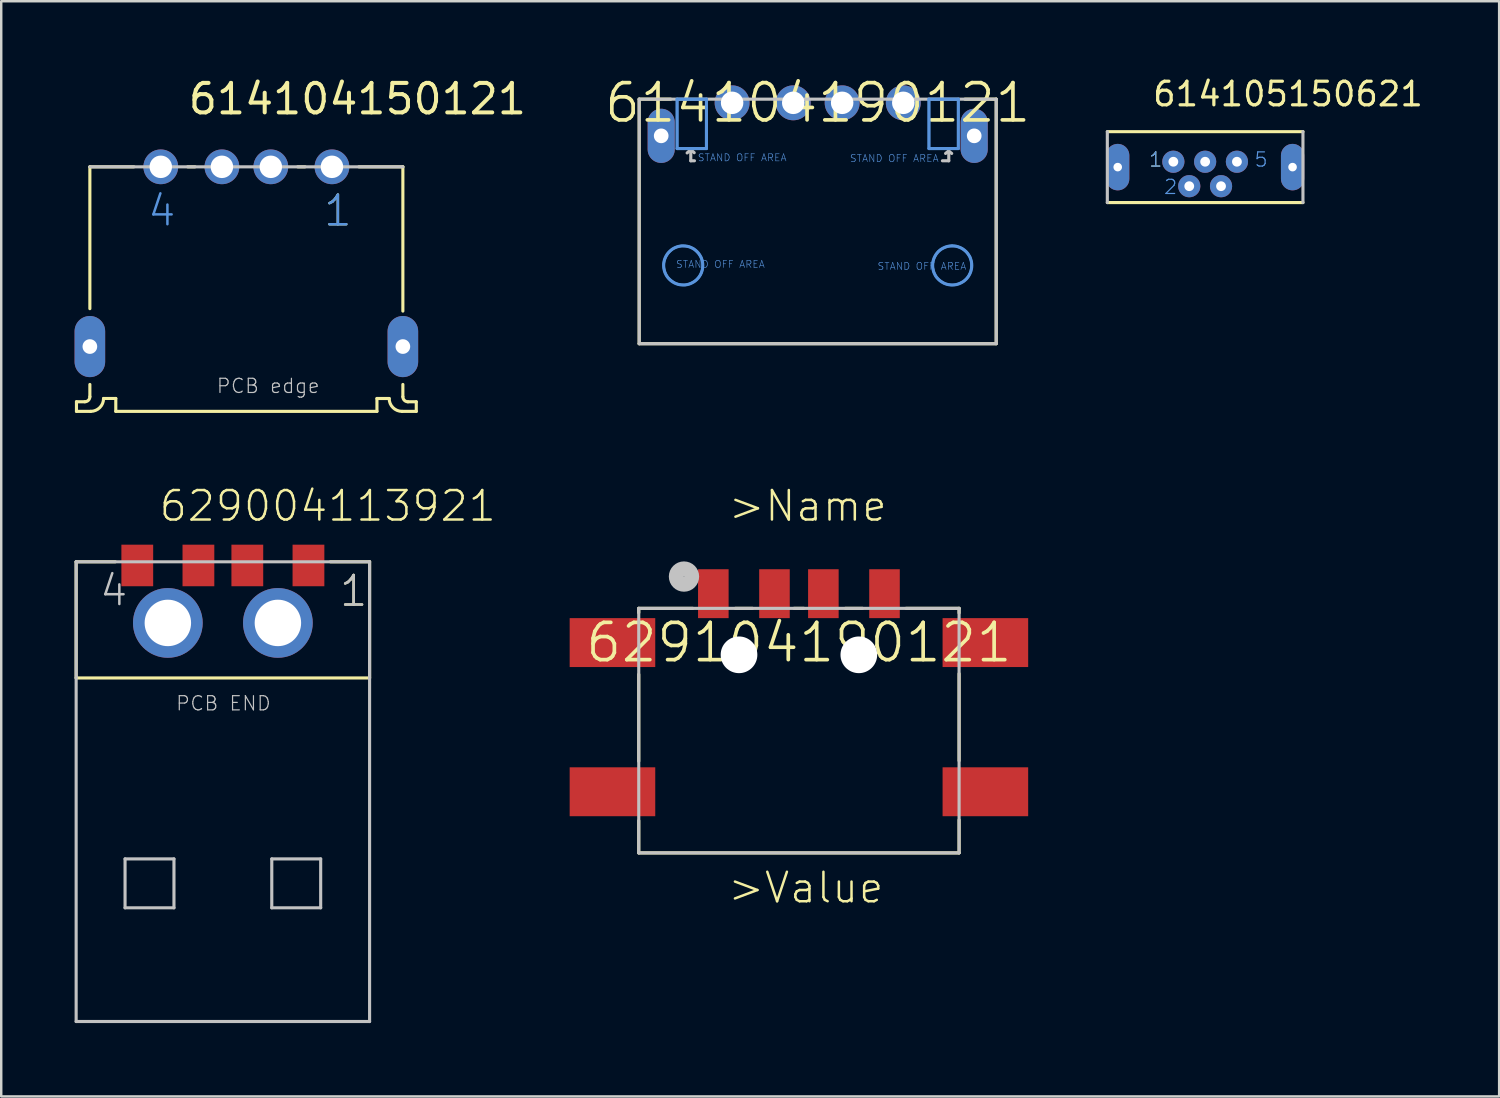
<source format=kicad_pcb>
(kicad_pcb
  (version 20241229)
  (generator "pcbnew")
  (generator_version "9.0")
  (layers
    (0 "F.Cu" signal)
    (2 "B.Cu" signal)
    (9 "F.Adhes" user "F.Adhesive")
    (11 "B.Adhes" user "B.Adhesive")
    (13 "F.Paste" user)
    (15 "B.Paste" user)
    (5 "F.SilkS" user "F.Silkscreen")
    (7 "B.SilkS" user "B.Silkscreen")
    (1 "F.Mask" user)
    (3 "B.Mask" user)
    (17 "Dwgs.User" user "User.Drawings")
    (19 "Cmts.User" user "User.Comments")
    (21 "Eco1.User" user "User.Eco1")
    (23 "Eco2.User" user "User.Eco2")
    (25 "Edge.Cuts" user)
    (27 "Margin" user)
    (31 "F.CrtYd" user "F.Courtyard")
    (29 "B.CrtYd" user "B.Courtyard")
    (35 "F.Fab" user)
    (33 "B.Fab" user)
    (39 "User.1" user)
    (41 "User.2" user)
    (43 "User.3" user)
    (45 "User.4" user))
  (footprint "629104190121"
    (layer "F.Cu")
    (at 29.621 23.228)
    (property "Reference" "629104190121" (at 0 0 0) (layer "F.SilkS") (effects (font (size 1.524 1.524) (thickness 0.15))))
    (attr through_hole)
    (fp_line (start -6.55 -1.4) (end -6.55 -1.22) (stroke (width 0.127) (type solid)) (layer "F.SilkS"))
    (fp_line (start -6.55 -1.4) (end -4.34 -1.4) (stroke (width 0.127) (type solid)) (layer "F.SilkS"))
    (fp_line (start -6.55 1.3) (end -6.55 4.85) (stroke (width 0.127) (type solid)) (layer "F.SilkS"))
    (fp_line (start -6.55 7.28) (end -6.55 8.6) (stroke (width 0.127) (type solid)) (layer "F.SilkS"))
    (fp_line (start -6.55 8.6) (end 6.55 8.6) (stroke (width 0.127) (type solid)) (layer "F.SilkS"))
    (fp_line (start -2.6 -1.4) (end -1.9 -1.4) (stroke (width 0.127) (type solid)) (layer "F.SilkS"))
    (fp_line (start -0.2 -1.4) (end 0.2 -1.4) (stroke (width 0.127) (type solid)) (layer "F.SilkS"))
    (fp_line (start 1.9 -1.4) (end 2.6 -1.4) (stroke (width 0.127) (type solid)) (layer "F.SilkS"))
    (fp_line (start 4.38 -1.4) (end 6.55 -1.4) (stroke (width 0.127) (type solid)) (layer "F.SilkS"))
    (fp_line (start 6.55 -1.4) (end 6.55 -1.21) (stroke (width 0.127) (type solid)) (layer "F.SilkS"))
    (fp_line (start 6.55 1.27) (end 6.55 4.83) (stroke (width 0.127) (type solid)) (layer "F.SilkS"))
    (fp_line (start 6.55 8.6) (end 6.55 7.25) (stroke (width 0.127) (type solid)) (layer "F.SilkS"))
    (fp_line (start -6.55 -1.4) (end 6.55 -1.4) (stroke (width 0.127) (type solid)) (layer "Dwgs.User"))
    (fp_line (start -6.55 8.6) (end -6.55 -1.4) (stroke (width 0.127) (type solid)) (layer "Dwgs.User"))
    (fp_line (start 6.55 -1.4) (end 6.55 8.6) (stroke (width 0.127) (type solid)) (layer "Dwgs.User"))
    (fp_line (start 6.55 8.6) (end -6.55 8.6) (stroke (width 0.127) (type solid)) (layer "Dwgs.User"))
    (fp_circle (center -4.7 -2.7) (end -4.69 -2.7) (stroke (width 0.61) (type solid)) (fill no) (layer "Dwgs.User"))
    (fp_text user ">Name" (at -2.95 -4.88 0) (layer "F.SilkS") (effects (font (size 1.206 1.206) (thickness 0.102)) (justify left bottom)))
    (fp_text user ">Value" (at -2.97 10.73 0) (layer "F.SilkS") (effects (font (size 1.206 1.206) (thickness 0.102)) (justify left bottom)))
    (pad "" np_thru_hole circle (at -2.45 0.5) (size 1.5 1.5) (drill 1.5) (layers "*.Cu"))
    (pad "" np_thru_hole circle (at 2.45 0.5) (size 1.5 1.5) (drill 1.5) (layers "*.Cu"))
    (pad "1" smd rect (at -3.5 -2 90) (size 2 1.25) (layers "F.Cu" "F.Mask" "F.Paste"))
    (pad "2" smd rect (at -1 -2 90) (size 2 1.25) (layers "F.Cu" "F.Mask" "F.Paste"))
    (pad "3" smd rect (at 1 -2 90) (size 2 1.25) (layers "F.Cu" "F.Mask" "F.Paste"))
    (pad "4" smd rect (at 3.5 -2 90) (size 2 1.25) (layers "F.Cu" "F.Mask" "F.Paste"))
    (pad "SHEL" smd rect (at -7.625 0) (size 3.5 2) (layers "F.Cu" "F.Mask" "F.Paste"))
    (pad "SHEL" smd rect (at -7.625 6.1 180) (size 3.5 2) (layers "F.Cu" "F.Mask" "F.Paste"))
    (pad "SHEL" smd rect (at 7.625 0 180) (size 3.5 2) (layers "F.Cu" "F.Mask" "F.Paste"))
    (pad "SHEL" smd rect (at 7.625 6.1 180) (size 3.5 2) (layers "F.Cu" "F.Mask" "F.Paste")))
  (footprint "629004113921"
    (layer "F.Cu")
    (at 6.064 22.424)
    (property "Reference" "629004113921" (at -2.67 -4.076 0) (layer "F.SilkS") (effects (font (size 1.206 1.206) (thickness 0.102)) (justify left bottom)))
    (attr through_hole)
    (fp_line (start -6 -2.5) (end -6 2.25) (stroke (width 0.127) (type solid)) (layer "F.SilkS"))
    (fp_line (start -4.4 -2.5) (end -6 -2.5) (stroke (width 0.127) (type solid)) (layer "F.SilkS"))
    (fp_line (start 4.4 -2.5) (end 6 -2.5) (stroke (width 0.127) (type solid)) (layer "F.SilkS"))
    (fp_line (start 6 -2.5) (end 6 2.25) (stroke (width 0.127) (type solid)) (layer "F.SilkS"))
    (fp_line (start 6 2.25) (end -6 2.25) (stroke (width 0.127) (type solid)) (layer "F.SilkS"))
    (fp_line (start -6 -2.5) (end -6 16.3) (stroke (width 0.127) (type solid)) (layer "Dwgs.User"))
    (fp_line (start -6 16.3) (end 6 16.3) (stroke (width 0.127) (type solid)) (layer "Dwgs.User"))
    (fp_line (start -4 9.65) (end -4 11.65) (stroke (width 0.127) (type solid)) (layer "Dwgs.User"))
    (fp_line (start -4 11.65) (end -2 11.65) (stroke (width 0.127) (type solid)) (layer "Dwgs.User"))
    (fp_line (start -2 9.65) (end -4 9.65) (stroke (width 0.127) (type solid)) (layer "Dwgs.User"))
    (fp_line (start -2 11.65) (end -2 9.65) (stroke (width 0.127) (type solid)) (layer "Dwgs.User"))
    (fp_line (start 2 9.65) (end 2 11.65) (stroke (width 0.127) (type solid)) (layer "Dwgs.User"))
    (fp_line (start 2 11.65) (end 4 11.65) (stroke (width 0.127) (type solid)) (layer "Dwgs.User"))
    (fp_line (start 4 9.65) (end 2 9.65) (stroke (width 0.127) (type solid)) (layer "Dwgs.User"))
    (fp_line (start 4 11.65) (end 4 9.65) (stroke (width 0.127) (type solid)) (layer "Dwgs.User"))
    (fp_line (start 6 -2.5) (end -6 -2.5) (stroke (width 0.127) (type solid)) (layer "Dwgs.User"))
    (fp_line (start 6 16.3) (end 6 -2.5) (stroke (width 0.127) (type solid)) (layer "Dwgs.User"))
    (fp_text user "1" (at 4.705 -0.6 0) (layer "F.SilkS") (effects (font (size 1.206 1.206) (thickness 0.102)) (justify left bottom)))
    (fp_text user "4" (at -5.105 -0.62 0) (layer "Dwgs.User") (effects (font (size 1.206 1.206) (thickness 0.102)) (justify left bottom)))
    (fp_text user "PCB END" (at 2 2.95 0) (layer "Dwgs.User") (effects (font (size 0.579 0.579) (thickness 0.049)) (justify right top)))
    (fp_text user "1" (at 4.705 -0.6 0) (layer "Dwgs.User") (effects (font (size 1.206 1.206) (thickness 0.102)) (justify left bottom)))
    (pad "1" smd rect (at 3.5 -2.35 180) (size 1.3 1.7) (layers "F.Cu" "F.Mask" "F.Paste"))
    (pad "2" smd rect (at 1 -2.35 180) (size 1.3 1.7) (layers "F.Cu" "F.Mask" "F.Paste"))
    (pad "3" smd rect (at -1 -2.35 180) (size 1.3 1.7) (layers "F.Cu" "F.Mask" "F.Paste"))
    (pad "4" smd rect (at -3.5 -2.35 180) (size 1.3 1.7) (layers "F.Cu" "F.Mask" "F.Paste"))
    (pad "SHEL" thru_hole circle (at -2.25 0 180) (size 2.85 2.85) (drill 1.9) (layers "*.Cu" "*.Mask"))
    (pad "SHEL" thru_hole circle (at 2.25 0 180) (size 2.85 2.85) (drill 1.9) (layers "*.Cu" "*.Mask")))
  (footprint "614104190121"
    (layer "F.Cu")
    (at 30.389 1.155)
    (property "Reference" "614104190121" (at 0 0 0) (layer "F.SilkS") (effects (font (size 1.524 1.524) (thickness 0.15))))
    (attr through_hole)
    (fp_line (start -7.3 -0.15) (end -7.3 9.85) (stroke (width 0.127) (type solid)) (layer "F.SilkS"))
    (fp_line (start -7.3 9.85) (end 7.3 9.85) (stroke (width 0.127) (type solid)) (layer "F.SilkS"))
    (fp_line (start -6.01 -0.15) (end -7.3 -0.15) (stroke (width 0.127) (type solid)) (layer "F.SilkS"))
    (fp_line (start 7.3 -0.15) (end 6.02 -0.15) (stroke (width 0.127) (type solid)) (layer "F.SilkS"))
    (fp_line (start 7.3 -0.15) (end 7.3 9.85) (stroke (width 0.127) (type solid)) (layer "F.SilkS"))
    (fp_line (start -7.3 -0.15) (end -7.3 9.85) (stroke (width 0.127) (type solid)) (layer "Dwgs.User"))
    (fp_line (start -7.3 -0.15) (end 7.3 -0.15) (stroke (width 0.127) (type solid)) (layer "Dwgs.User"))
    (fp_line (start -7.3 9.85) (end 7.3 9.85) (stroke (width 0.127) (type solid)) (layer "Dwgs.User"))
    (fp_line (start -5.22 1.94) (end -5.34 2.05) (stroke (width 0.127) (type solid)) (layer "Dwgs.User"))
    (fp_line (start -5.19 1.94) (end -5.19 2.37) (stroke (width 0.127) (type solid)) (layer "Dwgs.User"))
    (fp_line (start -5.19 2.37) (end -5.04 2.37) (stroke (width 0.127) (type solid)) (layer "Dwgs.User"))
    (fp_line (start -5.17 1.93) (end -5.05 2.04) (stroke (width 0.127) (type solid)) (layer "Dwgs.User"))
    (fp_line (start -5.16 1.94) (end -5.19 1.94) (stroke (width 0.127) (type solid)) (layer "Dwgs.User"))
    (fp_line (start 5.34 1.98) (end 5.23 2.07) (stroke (width 0.127) (type solid)) (layer "Dwgs.User"))
    (fp_line (start 5.36 1.97) (end 5.48 2.07) (stroke (width 0.127) (type solid)) (layer "Dwgs.User"))
    (fp_line (start 5.36 2) (end 5.36 2.37) (stroke (width 0.127) (type solid)) (layer "Dwgs.User"))
    (fp_line (start 5.36 2.37) (end 5.1 2.37) (stroke (width 0.127) (type solid)) (layer "Dwgs.User"))
    (fp_line (start 7.3 9.85) (end 7.3 -0.15) (stroke (width 0.127) (type solid)) (layer "Dwgs.User"))
    (fp_line (start -5.75 -0.15) (end -4.55 -0.15) (stroke (width 0.127) (type solid)) (layer "Cmts.User"))
    (fp_line (start -5.75 1.87) (end -5.75 -0.15) (stroke (width 0.127) (type solid)) (layer "Cmts.User"))
    (fp_line (start -4.55 -0.15) (end -4.55 1.87) (stroke (width 0.127) (type solid)) (layer "Cmts.User"))
    (fp_line (start -4.55 1.87) (end -5.75 1.87) (stroke (width 0.127) (type solid)) (layer "Cmts.User"))
    (fp_line (start 4.55 -0.15) (end 5.75 -0.15) (stroke (width 0.127) (type solid)) (layer "Cmts.User"))
    (fp_line (start 4.55 1.87) (end 4.55 -0.15) (stroke (width 0.127) (type solid)) (layer "Cmts.User"))
    (fp_line (start 5.75 -0.15) (end 5.75 1.87) (stroke (width 0.127) (type solid)) (layer "Cmts.User"))
    (fp_line (start 5.75 1.87) (end 4.55 1.87) (stroke (width 0.127) (type solid)) (layer "Cmts.User"))
    (fp_circle (center -5.5 6.65) (end -4.7 6.65) (stroke (width 0.127) (type solid)) (fill no) (layer "Cmts.User"))
    (fp_circle (center 5.5 6.65) (end 6.3 6.65) (stroke (width 0.127) (type solid)) (fill no) (layer "Cmts.User"))
    (fp_poly (pts (xy -5.75 -0.15) (xy -4.55 -0.15) (xy -4.55 1.87) (xy -5.75 1.87)) (stroke (width 0.1) (type solid)) (fill no) (layer "Cmts.User"))
    (fp_poly (pts (xy 4.57 -0.15) (xy 5.75 -0.15) (xy 5.75 1.87) (xy 4.55 1.87) (xy 4.55 -0.15)) (stroke (width 0.1) (type solid)) (fill no) (layer "Cmts.User"))
    (fp_poly (pts (xy 5.48 5.85) (xy 5.67 5.86) (xy 5.9 5.95) (xy 6.09 6.1) (xy 6.23 6.3) (xy 6.29 6.52) (xy 6.29 6.71) (xy 6.26 6.9) (xy 6.18 7.07) (xy 6.09 7.19) (xy 5.97 7.3) (xy 5.79 7.39) (xy 5.65 7.44) (xy 5.48 7.45) (xy 5.31 7.43) (xy 5.17 7.38) (xy 5 7.27) (xy 4.84 7.12) (xy 4.75 6.93) (xy 4.7 6.71) (xy 4.71 6.51) (xy 4.76 6.35) (xy 4.84 6.2) (xy 4.93 6.08) (xy 5.04 5.99) (xy 5.23 5.9) (xy 5.37 5.86) (xy 5.51 5.85)) (stroke (width 0.1) (type solid)) (fill no) (layer "Cmts.User"))
    (fp_poly (pts (xy -5.55 5.85) (xy -5.39 5.86) (xy -5.24 5.89) (xy -5.07 5.97) (xy -4.98 6.05) (xy -4.87 6.16) (xy -4.76 6.33) (xy -4.72 6.46) (xy -4.7 6.57) (xy -4.7 6.68) (xy -4.72 6.83) (xy -4.76 6.96) (xy -4.8 7.04) (xy -4.86 7.13) (xy -4.95 7.23) (xy -5.05 7.31) (xy -5.15 7.36) (xy -5.26 7.41) (xy -5.42 7.45) (xy -5.58 7.44) (xy -5.71 7.42) (xy -5.86 7.36) (xy -6 7.26) (xy -6.11 7.16) (xy -6.17 7.08) (xy -6.25 6.92) (xy -6.29 6.76) (xy -6.3 6.59) (xy -6.27 6.43) (xy -6.2 6.28) (xy -6.12 6.15) (xy -6.03 6.06) (xy -5.94 5.98) (xy -5.83 5.92) (xy -5.69 5.87) (xy -5.56 5.85)) (stroke (width 0.1) (type solid)) (fill no) (layer "Cmts.User"))
    (fp_text user "STAND OFF AREA" (at 2.43 6.85 0) (layer "Cmts.User") (effects (font (size 0.29 0.29) (thickness 0.024)) (justify left bottom)))
    (fp_text user "STAND OFF AREA" (at 1.3 2.44 0) (layer "Cmts.User") (effects (font (size 0.29 0.29) (thickness 0.024)) (justify left bottom)))
    (fp_text user "STAND OFF AREA" (at -5.81 6.77 0) (layer "Cmts.User") (effects (font (size 0.29 0.29) (thickness 0.024)) (justify left bottom)))
    (fp_text user "STAND OFF AREA" (at -4.92 2.41 0) (layer "Cmts.User") (effects (font (size 0.29 0.29) (thickness 0.024)) (justify left bottom)))
    (pad "1" thru_hole circle (at -3.5 0) (size 1.428 1.428) (drill 0.92) (layers "*.Cu" "*.Mask"))
    (pad "2" thru_hole circle (at -1 0) (size 1.428 1.428) (drill 0.92) (layers "*.Cu" "*.Mask"))
    (pad "3" thru_hole circle (at 1 0) (size 1.428 1.428) (drill 0.92) (layers "*.Cu" "*.Mask"))
    (pad "4" thru_hole circle (at 3.5 0) (size 1.428 1.428) (drill 0.92) (layers "*.Cu" "*.Mask"))
    (pad "5" thru_hole oval (at -6.4 1.35 90) (size 2.216 1.108) (drill 0.6) (layers "*.Cu" "*.Mask"))
    (pad "6" thru_hole oval (at 6.4 1.35 90) (size 2.216 1.108) (drill 0.6) (layers "*.Cu" "*.Mask")))
  (footprint "614104150121"
    (layer "F.Cu")
    (at 7.025 3.772)
    (property "Reference" "614104150121" (at -2.46 -2.07 0) (layer "F.SilkS") (effects (font (size 1.206 1.206) (thickness 0.165)) (justify left bottom)))
    (attr through_hole)
    (fp_line (start -6.948 9.607) (end -6.605 9.607) (stroke (width 0.127) (type solid)) (layer "F.SilkS"))
    (fp_line (start -6.948 10) (end -6.948 9.607) (stroke (width 0.127) (type solid)) (layer "F.SilkS"))
    (fp_line (start -6.948 10) (end -6.367 10) (stroke (width 0.127) (type solid)) (layer "F.SilkS"))
    (fp_line (start -6.4 0) (end -6.4 5.8) (stroke (width 0.127) (type solid)) (layer "F.SilkS"))
    (fp_line (start -6.4 9.4) (end -6.4 8.9) (stroke (width 0.127) (type solid)) (layer "F.SilkS"))
    (fp_line (start -5.84 9.473) (end -5.34 9.473) (stroke (width 0.127) (type solid)) (layer "F.SilkS"))
    (fp_line (start -5.34 10) (end -5.34 9.473) (stroke (width 0.127) (type solid)) (layer "F.SilkS"))
    (fp_line (start -5.34 10) (end 5.34 10) (stroke (width 0.127) (type solid)) (layer "F.SilkS"))
    (fp_line (start -4.6 0) (end -6.4 0) (stroke (width 0.127) (type solid)) (layer "F.SilkS"))
    (fp_line (start -2.4 0) (end -2.1 0) (stroke (width 0.127) (type solid)) (layer "F.SilkS"))
    (fp_line (start 2.1 0) (end 2.4 0) (stroke (width 0.127) (type solid)) (layer "F.SilkS"))
    (fp_line (start 4.6 0) (end 6.4 0) (stroke (width 0.127) (type solid)) (layer "F.SilkS"))
    (fp_line (start 5.34 9.474) (end 5.84 9.474) (stroke (width 0.127) (type solid)) (layer "F.SilkS"))
    (fp_line (start 5.34 10.001) (end 5.34 9.474) (stroke (width 0.127) (type solid)) (layer "F.SilkS"))
    (fp_line (start 6.367 10.001) (end 6.948 10.001) (stroke (width 0.127) (type solid)) (layer "F.SilkS"))
    (fp_line (start 6.4 0) (end 6.4 5.9) (stroke (width 0.127) (type solid)) (layer "F.SilkS"))
    (fp_line (start 6.4 9.4) (end 6.4 8.9) (stroke (width 0.127) (type solid)) (layer "F.SilkS"))
    (fp_line (start 6.606 9.608) (end 6.948 9.608) (stroke (width 0.127) (type solid)) (layer "F.SilkS"))
    (fp_line (start 6.948 10.001) (end 6.948 9.608) (stroke (width 0.127) (type solid)) (layer "F.SilkS"))
    (fp_arc (start -6.4 9.4) (mid -6.459525 9.546207) (end -6.605 9.6075) (stroke (width 0.127) (type solid)) (layer "F.SilkS"))
    (fp_arc (start -5.840019 9.473459) (mid -5.994227 9.845751) (end -6.366519 9.999959) (stroke (width 0.127) (type solid)) (layer "F.SilkS"))
    (fp_arc (start 6.36695 10.000959) (mid 5.994658 9.846751) (end 5.84045 9.474459) (stroke (width 0.127) (type solid)) (layer "F.SilkS"))
    (fp_arc (start 6.606319 9.608497) (mid 6.460734 9.548194) (end 6.400431 9.402609) (stroke (width 0.127) (type solid)) (layer "F.SilkS"))
    (fp_line (start -6.4 0) (end 6.4 0) (stroke (width 0.127) (type solid)) (layer "Dwgs.User"))
    (fp_text user "1" (at 3.1 2.5 0) (layer "F.SilkS") (effects (font (size 1.206 1.206) (thickness 0.102)) (justify left bottom)))
    (fp_text user "PCB edge" (at -1.25 9.3 0) (layer "Dwgs.User") (effects (font (size 0.579 0.579) (thickness 0.049)) (justify left bottom)))
    (fp_text user "4" (at -4.1 2.5 0) (layer "Cmts.User") (effects (font (size 1.206 1.206) (thickness 0.102)) (justify left bottom)))
    (fp_text user "1" (at 3.1 2.5 0) (layer "Cmts.User") (effects (font (size 1.206 1.206) (thickness 0.102)) (justify left bottom)))
    (pad "1" thru_hole circle (at 3.5 0) (size 1.42 1.42) (drill 0.92) (layers "*.Cu" "*.Mask"))
    (pad "2" thru_hole circle (at 1 0) (size 1.42 1.42) (drill 0.92) (layers "*.Cu" "*.Mask"))
    (pad "3" thru_hole circle (at -1 0) (size 1.42 1.42) (drill 0.92) (layers "*.Cu" "*.Mask"))
    (pad "4" thru_hole circle (at -3.5 0) (size 1.42 1.42) (drill 0.92) (layers "*.Cu" "*.Mask"))
    (pad "SHEL" thru_hole oval (at -6.4 7.35 90) (size 2.5 1.25) (drill 0.6) (layers "*.Cu" "*.Mask"))
    (pad "SHEL" thru_hole oval (at 6.4 7.35 90) (size 2.5 1.25) (drill 0.6) (layers "*.Cu" "*.Mask")))
  (footprint "614105150621"
    (layer "F.Cu")
    (at 46.233 3.784)
    (property "Reference" "614105150621" (at -2.212 -2.423 0) (layer "F.SilkS") (effects (font (size 0.965 0.965) (thickness 0.132)) (justify left bottom)))
    (attr through_hole)
    (fp_line (start -4 -1.45) (end 4 -1.45) (stroke (width 0.127) (type solid)) (layer "F.SilkS"))
    (fp_line (start -4 1.45) (end 4 1.45) (stroke (width 0.127) (type solid)) (layer "F.SilkS"))
    (fp_line (start -4 1.45) (end -4 -1.45) (stroke (width 0.127) (type solid)) (layer "Dwgs.User"))
    (fp_line (start 4 1.45) (end 4 -1.45) (stroke (width 0.127) (type solid)) (layer "Dwgs.User"))
    (fp_text user "1" (at -2.33 0.03 0) (layer "F.SilkS") (effects (font (size 0.579 0.579) (thickness 0.049)) (justify left bottom)))
    (fp_text user "1" (at -2.33 0.03 0) (layer "Cmts.User") (effects (font (size 0.579 0.579) (thickness 0.049)) (justify left bottom)))
    (fp_text user "2" (at -1.72 1.15 0) (layer "Cmts.User") (effects (font (size 0.579 0.579) (thickness 0.049)) (justify left bottom)))
    (fp_text user "5" (at 1.98 0.03 0) (layer "Cmts.User") (effects (font (size 0.579 0.579) (thickness 0.049)) (justify left bottom)))
    (pad "1" thru_hole circle (at -1.3 -0.22 270) (size 0.908 0.908) (drill 0.4) (layers "*.Cu" "*.Mask"))
    (pad "2" thru_hole circle (at -0.65 0.78 90) (size 0.908 0.908) (drill 0.4) (layers "*.Cu" "*.Mask"))
    (pad "3" thru_hole circle (at 0 -0.22 270) (size 0.908 0.908) (drill 0.4) (layers "*.Cu" "*.Mask"))
    (pad "4" thru_hole circle (at 0.65 0.78 90) (size 0.908 0.908) (drill 0.4) (layers "*.Cu" "*.Mask"))
    (pad "5" thru_hole circle (at 1.3 -0.22 270) (size 0.908 0.908) (drill 0.4) (layers "*.Cu" "*.Mask"))
    (pad "SHEL" thru_hole oval (at -3.575 0 90) (size 1.9 0.95) (drill 0.35) (layers "*.Cu" "*.Mask"))
    (pad "SHEL" thru_hole oval (at 3.575 0 90) (size 1.9 0.95) (drill 0.35) (layers "*.Cu" "*.Mask")))
  (gr_rect
    (start -3 -3)
    (end 58.256 41.787)
    (stroke (width 0.1) (type default))
    (fill no)
    (layer "Edge.Cuts")))
</source>
